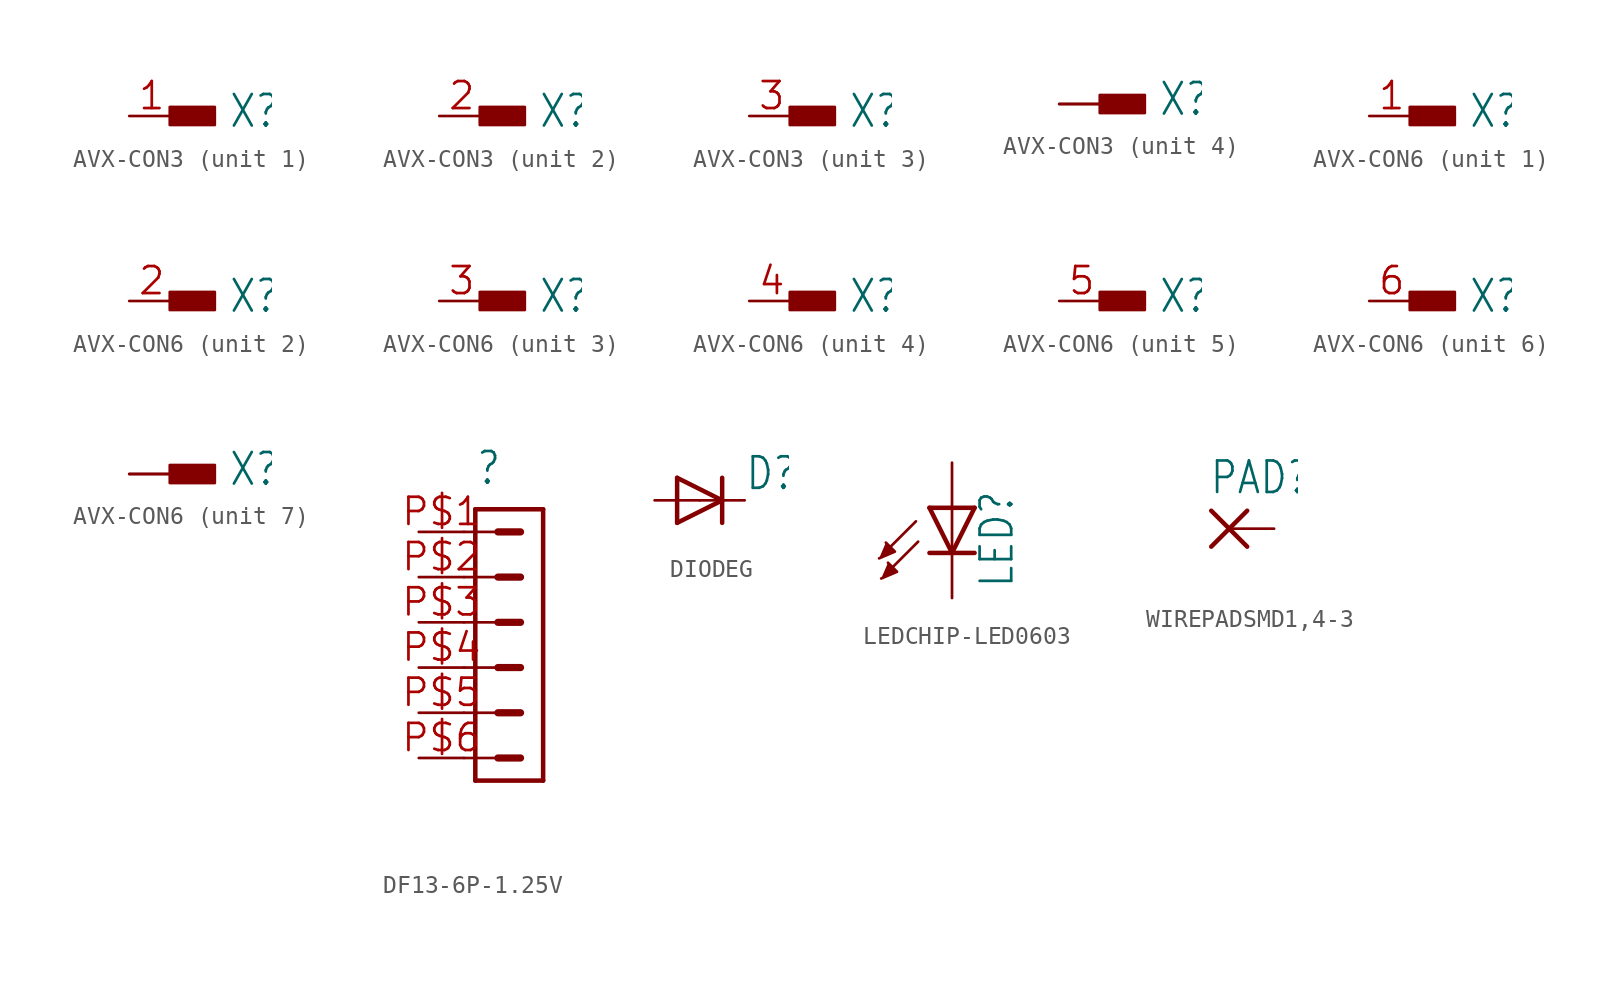
<source format=kicad_sym>
(kicad_symbol_lib
  (version 20241209)
  (generator "kicad_symbol_editor")
  (generator_version "9.0")
  (symbol "AVX-CON3"
    (property "Reference" "X"
      (at 5.588 -0.762 0)
      (effects (font (size 1.778 1.511)) (justify left bottom)))
    (property "ki_locked" ""
      (at 0 0 0)
      (effects (font (size 1.27 1.27))))
    (symbol "AVX-CON3_1_0"
      (rectangle (start 2.286 -0.508) (end 4.826 0.508) (stroke (width 0) (type default)) (fill (type outline)))
      (pin bidirectional line (at 0 0 0) (length 2.54) (name "-1" (effects (font (size 0 0)))) (number "1" (effects (font (size 1.524 1.524))))))
    (symbol "AVX-CON3_2_0"
      (rectangle (start 2.286 -0.508) (end 4.826 0.508) (stroke (width 0) (type default)) (fill (type outline)))
      (pin bidirectional line (at 0 0 0) (length 2.54) (name "-1" (effects (font (size 0 0)))) (number "2" (effects (font (size 1.524 1.524))))))
    (symbol "AVX-CON3_3_0"
      (rectangle (start 2.286 -0.508) (end 4.826 0.508) (stroke (width 0) (type default)) (fill (type outline)))
      (pin bidirectional line (at 0 0 0) (length 2.54) (name "-1" (effects (font (size 0 0)))) (number "3" (effects (font (size 1.524 1.524))))))
    (symbol "AVX-CON3_4_0"
      (rectangle (start 2.286 -0.508) (end 4.826 0.508) (stroke (width 0) (type default)) (fill (type outline)))
      (pin bidirectional line (at 0 0 0) (length 2.54) (name "-1" (effects (font (size 0 0)))) (number "S1" (effects (font (size 0 0)))))
      (pin bidirectional line (at 0 0 0) (length 2.54) (name "-1" (effects (font (size 0 0)))) (number "S2" (effects (font (size 0 0)))))))
  (symbol "AVX-CON6"
    (property "Reference" "X"
      (at 5.588 -0.762 0)
      (effects (font (size 1.778 1.511)) (justify left bottom)))
    (property "ki_locked" ""
      (at 0 0 0)
      (effects (font (size 1.27 1.27))))
    (symbol "AVX-CON6_1_0"
      (rectangle (start 2.286 -0.508) (end 4.826 0.508) (stroke (width 0) (type default)) (fill (type outline)))
      (pin bidirectional line (at 0 0 0) (length 2.54) (name "-1" (effects (font (size 0 0)))) (number "1" (effects (font (size 1.524 1.524))))))
    (symbol "AVX-CON6_2_0"
      (rectangle (start 2.286 -0.508) (end 4.826 0.508) (stroke (width 0) (type default)) (fill (type outline)))
      (pin bidirectional line (at 0 0 0) (length 2.54) (name "-1" (effects (font (size 0 0)))) (number "2" (effects (font (size 1.524 1.524))))))
    (symbol "AVX-CON6_3_0"
      (rectangle (start 2.286 -0.508) (end 4.826 0.508) (stroke (width 0) (type default)) (fill (type outline)))
      (pin bidirectional line (at 0 0 0) (length 2.54) (name "-1" (effects (font (size 0 0)))) (number "3" (effects (font (size 1.524 1.524))))))
    (symbol "AVX-CON6_4_0"
      (rectangle (start 2.286 -0.508) (end 4.826 0.508) (stroke (width 0) (type default)) (fill (type outline)))
      (pin bidirectional line (at 0 0 0) (length 2.54) (name "-1" (effects (font (size 0 0)))) (number "4" (effects (font (size 1.524 1.524))))))
    (symbol "AVX-CON6_5_0"
      (rectangle (start 2.286 -0.508) (end 4.826 0.508) (stroke (width 0) (type default)) (fill (type outline)))
      (pin bidirectional line (at 0 0 0) (length 2.54) (name "-1" (effects (font (size 0 0)))) (number "5" (effects (font (size 1.524 1.524))))))
    (symbol "AVX-CON6_6_0"
      (rectangle (start 2.286 -0.508) (end 4.826 0.508) (stroke (width 0) (type default)) (fill (type outline)))
      (pin bidirectional line (at 0 0 0) (length 2.54) (name "-1" (effects (font (size 0 0)))) (number "6" (effects (font (size 1.524 1.524))))))
    (symbol "AVX-CON6_7_0"
      (rectangle (start 2.286 -0.508) (end 4.826 0.508) (stroke (width 0) (type default)) (fill (type outline)))
      (pin bidirectional line (at 0 0 0) (length 2.54) (name "-1" (effects (font (size 0 0)))) (number "S1" (effects (font (size 0 0)))))
      (pin bidirectional line (at 0 0 0) (length 2.54) (name "-1" (effects (font (size 0 0)))) (number "S2" (effects (font (size 0 0)))))))
  (symbol "DF13-6P-1.25V"
    (property "Reference" ""
      (at -1.905 7.62 0)
      (effects (font (size 1.778 1.511)) (justify left bottom)))
    (property "Value" ""
      (at -1.905 -11.748 0)
      (effects (font (size 1.778 1.511)) (justify left bottom)))
    (property "ki_locked" ""
      (at 0 0 0)
      (effects (font (size 1.27 1.27))))
    (symbol "DF13-6P-1.25V_1_0"
      (polyline (pts (xy -2.54 5.08) (xy -0.635 5.08)) (stroke (width 0.152) (type solid)) (fill (type none)))
      (polyline (pts (xy -2.54 2.54) (xy -0.635 2.54)) (stroke (width 0.152) (type solid)) (fill (type none)))
      (polyline (pts (xy -2.54 0) (xy -0.635 0)) (stroke (width 0.152) (type solid)) (fill (type none)))
      (polyline (pts (xy -2.54 -2.54) (xy -0.635 -2.54)) (stroke (width 0.152) (type solid)) (fill (type none)))
      (polyline (pts (xy -2.54 -5.08) (xy -0.635 -5.08)) (stroke (width 0.152) (type solid)) (fill (type none)))
      (polyline (pts (xy -2.54 -7.62) (xy -0.635 -7.62)) (stroke (width 0.152) (type solid)) (fill (type none)))
      (polyline (pts (xy -1.905 -8.89) (xy -1.905 6.35)) (stroke (width 0.254) (type solid)) (fill (type none)))
      (polyline (pts (xy -1.905 -8.89) (xy 1.905 -8.89)) (stroke (width 0.254) (type solid)) (fill (type none)))
      (polyline (pts (xy -0.635 5.08) (xy 0.635 5.08)) (stroke (width 0.406) (type solid)) (fill (type none)))
      (polyline (pts (xy -0.635 2.54) (xy 0.635 2.54)) (stroke (width 0.406) (type solid)) (fill (type none)))
      (polyline (pts (xy -0.635 0) (xy 0.635 0)) (stroke (width 0.406) (type solid)) (fill (type none)))
      (polyline (pts (xy -0.635 -2.54) (xy 0.635 -2.54)) (stroke (width 0.406) (type solid)) (fill (type none)))
      (polyline (pts (xy -0.635 -5.08) (xy 0.635 -5.08)) (stroke (width 0.406) (type solid)) (fill (type none)))
      (polyline (pts (xy -0.635 -7.62) (xy 0.635 -7.62)) (stroke (width 0.406) (type solid)) (fill (type none)))
      (polyline (pts (xy 1.905 6.35) (xy -1.905 6.35)) (stroke (width 0.254) (type solid)) (fill (type none)))
      (polyline (pts (xy 1.905 6.35) (xy 1.905 -8.89)) (stroke (width 0.254) (type solid)) (fill (type none)))
      (pin passive line (at -5.08 5.08 0) (length 2.54) (name "1" (effects (font (size 0 0)))) (number "P$1" (effects (font (size 1.524 1.524)))))
      (pin passive line (at -5.08 2.54 0) (length 2.54) (name "2" (effects (font (size 0 0)))) (number "P$2" (effects (font (size 1.524 1.524)))))
      (pin passive line (at -5.08 0 0) (length 2.54) (name "3" (effects (font (size 0 0)))) (number "P$3" (effects (font (size 1.524 1.524)))))
      (pin passive line (at -5.08 -2.54 0) (length 2.54) (name "4" (effects (font (size 0 0)))) (number "P$4" (effects (font (size 1.524 1.524)))))
      (pin passive line (at -5.08 -5.08 0) (length 2.54) (name "5" (effects (font (size 0 0)))) (number "P$5" (effects (font (size 1.524 1.524)))))
      (pin passive line (at -5.08 -7.62 0) (length 2.54) (name "6" (effects (font (size 0 0)))) (number "P$6" (effects (font (size 1.524 1.524)))))))
  (symbol "DIODEG"
    (property "Reference" "D"
      (at 2.54 0.483 0)
      (effects (font (size 1.778 1.511)) (justify left bottom)))
    (property "Value" ""
      (at 2.54 -2.311 0)
      (effects (font (size 1.778 1.511)) (justify left bottom)))
    (property "ki_locked" ""
      (at 0 0 0)
      (effects (font (size 1.27 1.27))))
    (symbol "DIODEG_1_0"
      (polyline (pts (xy -1.27 1.27) (xy -1.27 -1.27)) (stroke (width 0.254) (type solid)) (fill (type none)))
      (polyline (pts (xy -1.27 -1.27) (xy 1.27 0)) (stroke (width 0.254) (type solid)) (fill (type none)))
      (polyline (pts (xy 1.27 1.27) (xy 1.27 0)) (stroke (width 0.254) (type solid)) (fill (type none)))
      (polyline (pts (xy 1.27 0) (xy -1.27 1.27)) (stroke (width 0.254) (type solid)) (fill (type none)))
      (polyline (pts (xy 1.27 0) (xy 1.27 -1.27)) (stroke (width 0.254) (type solid)) (fill (type none)))
      (pin passive line (at -2.54 0 0) (length 2.54) (name "A" (effects (font (size 0 0)))) (number "A" (effects (font (size 0 0)))))
      (pin passive line (at 2.54 0 180) (length 2.54) (name "C" (effects (font (size 0 0)))) (number "C" (effects (font (size 0 0)))))))
  (symbol "LEDCHIP-LED0603"
    (property "Reference" "LED"
      (at 3.556 -4.572 90)
      (effects (font (size 1.778 1.511)) (justify left bottom)))
    (property "Value" ""
      (at 5.715 -4.572 90)
      (effects (font (size 1.778 1.511)) (justify left bottom)))
    (symbol "LEDCHIP-LED0603_1_0"
      (polyline (pts (xy -4.105 -2.847) (xy -3.216 -2.466) (xy -3.724 -1.958)) (stroke (width 0.152) (type solid)) (fill (type outline)))
      (polyline (pts (xy -3.986 -3.981) (xy -3.096 -3.6) (xy -3.604 -3.092)) (stroke (width 0.152) (type solid)) (fill (type outline)))
      (polyline (pts (xy -2.032 -0.762) (xy -3.429 -2.159)) (stroke (width 0.152) (type solid)) (fill (type none)))
      (polyline (pts (xy -1.905 -1.905) (xy -3.302 -3.302)) (stroke (width 0.152) (type solid)) (fill (type none)))
      (polyline (pts (xy 0 0) (xy -1.27 0)) (stroke (width 0.254) (type solid)) (fill (type none)))
      (polyline (pts (xy 0 0) (xy 0 -2.54)) (stroke (width 0.152) (type solid)) (fill (type none)))
      (polyline (pts (xy 0 -2.54) (xy -1.27 0)) (stroke (width 0.254) (type solid)) (fill (type none)))
      (polyline (pts (xy 0 -2.54) (xy -1.27 -2.54)) (stroke (width 0.254) (type solid)) (fill (type none)))
      (polyline (pts (xy 1.27 0) (xy 0 0)) (stroke (width 0.254) (type solid)) (fill (type none)))
      (polyline (pts (xy 1.27 0) (xy 0 -2.54)) (stroke (width 0.254) (type solid)) (fill (type none)))
      (polyline (pts (xy 1.27 -2.54) (xy 0 -2.54)) (stroke (width 0.254) (type solid)) (fill (type none)))
      (pin passive line (at 0 2.54 270) (length 2.54) (name "A" (effects (font (size 0 0)))) (number "A" (effects (font (size 0 0)))))
      (pin passive line (at 0 -5.08 90) (length 2.54) (name "C" (effects (font (size 0 0)))) (number "C" (effects (font (size 0 0)))))))
  (symbol "WIREPADSMD1,4-3"
    (property "Reference" "PAD"
      (at -1.143 1.854 0)
      (effects (font (size 1.778 1.511)) (justify left bottom)))
    (property "Value" ""
      (at -1.143 -3.302 0)
      (effects (font (size 1.778 1.511)) (justify left bottom)))
    (property "ki_locked" ""
      (at 0 0 0)
      (effects (font (size 1.27 1.27))))
    (symbol "WIREPADSMD1,4-3_1_0"
      (polyline (pts (xy -1.016 1.016) (xy 1.016 -1.016)) (stroke (width 0.254) (type solid)) (fill (type none)))
      (polyline (pts (xy -1.016 -1.016) (xy 1.016 1.016)) (stroke (width 0.254) (type solid)) (fill (type none)))
      (pin passive line (at 2.54 0 180) (length 2.54) (name "P" (effects (font (size 0 0)))) (number "1" (effects (font (size 0 0))))))))
</source>
